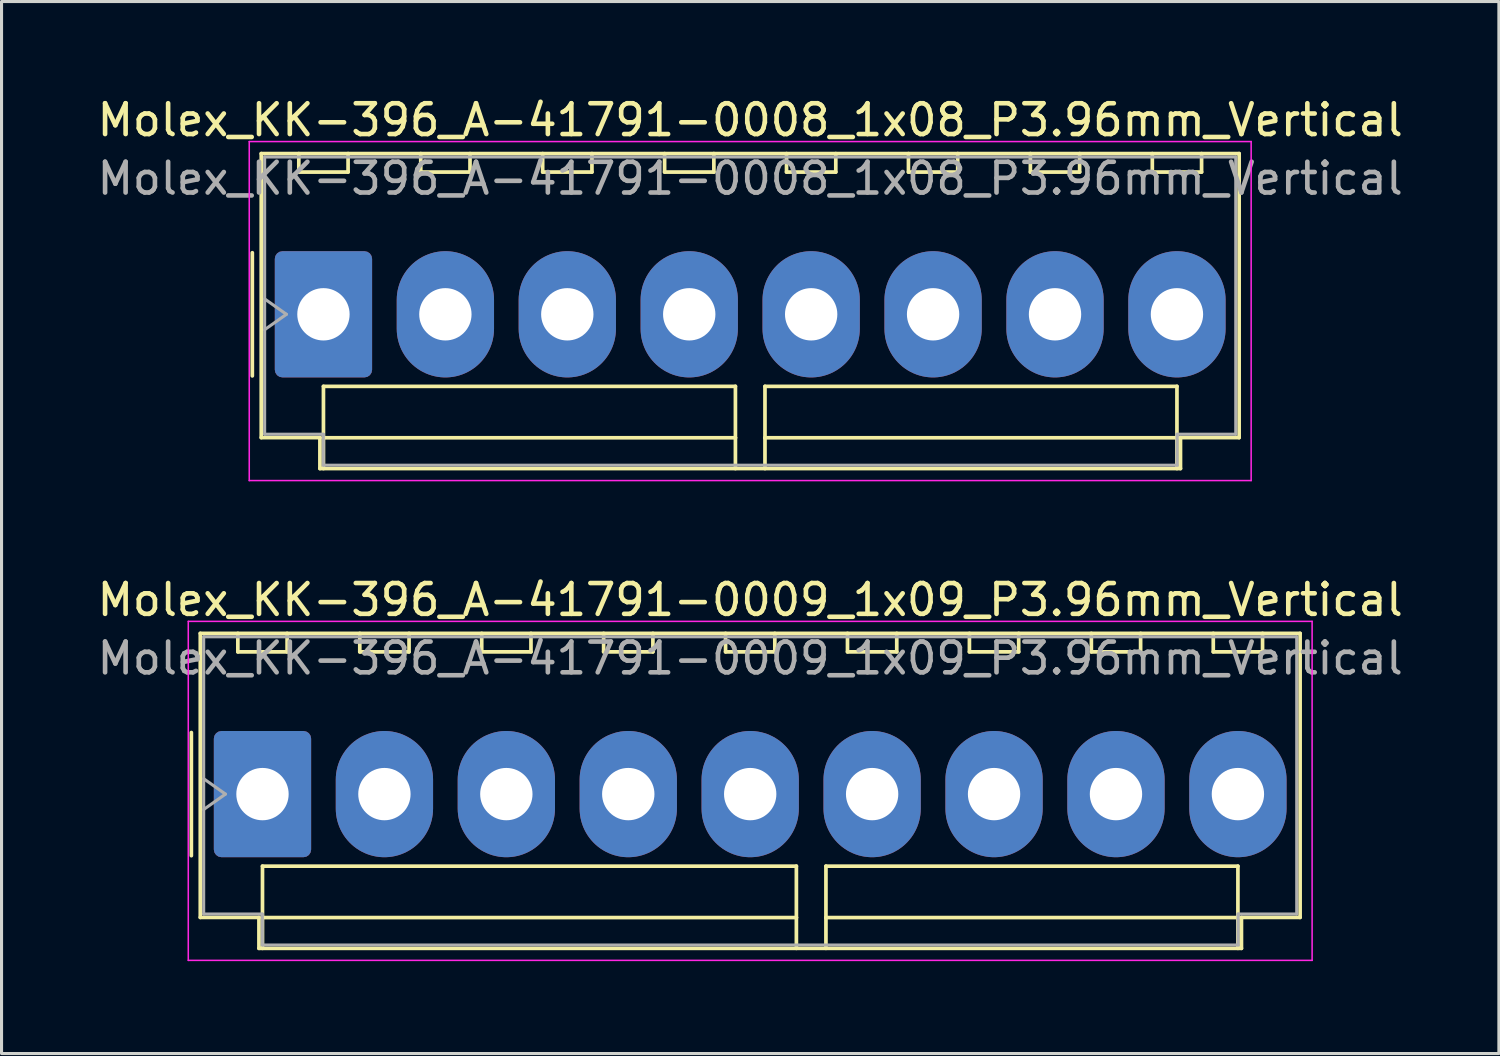
<source format=kicad_pcb>
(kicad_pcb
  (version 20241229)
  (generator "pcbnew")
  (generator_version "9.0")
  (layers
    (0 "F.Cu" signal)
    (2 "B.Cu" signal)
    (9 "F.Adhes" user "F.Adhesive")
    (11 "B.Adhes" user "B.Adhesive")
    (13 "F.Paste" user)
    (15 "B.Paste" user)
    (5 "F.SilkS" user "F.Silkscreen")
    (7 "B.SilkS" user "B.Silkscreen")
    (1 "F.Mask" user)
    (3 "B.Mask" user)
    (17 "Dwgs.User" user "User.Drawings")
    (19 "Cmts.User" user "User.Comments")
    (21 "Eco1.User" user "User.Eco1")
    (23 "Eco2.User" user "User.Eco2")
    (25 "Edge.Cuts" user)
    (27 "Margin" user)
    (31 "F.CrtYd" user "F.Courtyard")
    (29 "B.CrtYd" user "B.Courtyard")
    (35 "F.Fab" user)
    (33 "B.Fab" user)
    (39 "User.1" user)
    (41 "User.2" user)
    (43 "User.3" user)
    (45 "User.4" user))
  (footprint "Molex_KK-396_A-41791-0009_1x09_P3.96mm_Vertical"
    (layer "F.Cu")
    (at 5.475 22.741)
    (property "Reference" "Molex_KK-396_A-41791-0009_1x09_P3.96mm_Vertical" (at 15.84 -6.31 0) (layer "F.SilkS") (effects (font (size 1 1) (thickness 0.15))))
    (attr through_hole)
    (fp_line (start -2.31 -2) (end -2.31 2) (stroke (width 0.12) (type solid)) (layer "F.SilkS"))
    (fp_line (start -2.02 -5.22) (end 33.7 -5.22) (stroke (width 0.12) (type solid)) (layer "F.SilkS"))
    (fp_line (start -2.02 4.005) (end -2.02 -5.22) (stroke (width 0.12) (type solid)) (layer "F.SilkS"))
    (fp_line (start -0.8 -5.22) (end -0.8 -4.62) (stroke (width 0.12) (type solid)) (layer "F.SilkS"))
    (fp_line (start -0.8 -4.62) (end 0.8 -4.62) (stroke (width 0.12) (type solid)) (layer "F.SilkS"))
    (fp_line (start -0.115 4.005) (end -2.02 4.005) (stroke (width 0.12) (type solid)) (layer "F.SilkS"))
    (fp_line (start -0.115 5.01) (end -0.115 4.005) (stroke (width 0.12) (type solid)) (layer "F.SilkS"))
    (fp_line (start 0 2.34) (end 17.34 2.34) (stroke (width 0.12) (type solid)) (layer "F.SilkS"))
    (fp_line (start 0 4.01) (end 0 2.34) (stroke (width 0.12) (type solid)) (layer "F.SilkS"))
    (fp_line (start 0 4.01) (end 17.34 4.01) (stroke (width 0.12) (type solid)) (layer "F.SilkS"))
    (fp_line (start 0 5.01) (end 0 4.01) (stroke (width 0.12) (type solid)) (layer "F.SilkS"))
    (fp_line (start 0.8 -4.62) (end 0.8 -5.22) (stroke (width 0.12) (type solid)) (layer "F.SilkS"))
    (fp_line (start 3.16 -5.22) (end 3.16 -4.62) (stroke (width 0.12) (type solid)) (layer "F.SilkS"))
    (fp_line (start 3.16 -4.62) (end 4.76 -4.62) (stroke (width 0.12) (type solid)) (layer "F.SilkS"))
    (fp_line (start 4.76 -4.62) (end 4.76 -5.22) (stroke (width 0.12) (type solid)) (layer "F.SilkS"))
    (fp_line (start 7.12 -5.22) (end 7.12 -4.62) (stroke (width 0.12) (type solid)) (layer "F.SilkS"))
    (fp_line (start 7.12 -4.62) (end 8.72 -4.62) (stroke (width 0.12) (type solid)) (layer "F.SilkS"))
    (fp_line (start 8.72 -4.62) (end 8.72 -5.22) (stroke (width 0.12) (type solid)) (layer "F.SilkS"))
    (fp_line (start 11.08 -5.22) (end 11.08 -4.62) (stroke (width 0.12) (type solid)) (layer "F.SilkS"))
    (fp_line (start 11.08 -4.62) (end 12.68 -4.62) (stroke (width 0.12) (type solid)) (layer "F.SilkS"))
    (fp_line (start 12.68 -4.62) (end 12.68 -5.22) (stroke (width 0.12) (type solid)) (layer "F.SilkS"))
    (fp_line (start 15.04 -5.22) (end 15.04 -4.62) (stroke (width 0.12) (type solid)) (layer "F.SilkS"))
    (fp_line (start 15.04 -4.62) (end 16.64 -4.62) (stroke (width 0.12) (type solid)) (layer "F.SilkS"))
    (fp_line (start 16.64 -4.62) (end 16.64 -5.22) (stroke (width 0.12) (type solid)) (layer "F.SilkS"))
    (fp_line (start 17.34 2.34) (end 17.34 4.01) (stroke (width 0.12) (type solid)) (layer "F.SilkS"))
    (fp_line (start 17.34 4.01) (end 17.34 5.01) (stroke (width 0.12) (type solid)) (layer "F.SilkS"))
    (fp_line (start 18.3 2.34) (end 31.68 2.34) (stroke (width 0.12) (type solid)) (layer "F.SilkS"))
    (fp_line (start 18.3 4.01) (end 18.3 2.34) (stroke (width 0.12) (type solid)) (layer "F.SilkS"))
    (fp_line (start 18.3 4.01) (end 31.68 4.01) (stroke (width 0.12) (type solid)) (layer "F.SilkS"))
    (fp_line (start 18.3 5.01) (end 18.3 4.01) (stroke (width 0.12) (type solid)) (layer "F.SilkS"))
    (fp_line (start 19 -5.22) (end 19 -4.62) (stroke (width 0.12) (type solid)) (layer "F.SilkS"))
    (fp_line (start 19 -4.62) (end 20.6 -4.62) (stroke (width 0.12) (type solid)) (layer "F.SilkS"))
    (fp_line (start 20.6 -4.62) (end 20.6 -5.22) (stroke (width 0.12) (type solid)) (layer "F.SilkS"))
    (fp_line (start 22.96 -5.22) (end 22.96 -4.62) (stroke (width 0.12) (type solid)) (layer "F.SilkS"))
    (fp_line (start 22.96 -4.62) (end 24.56 -4.62) (stroke (width 0.12) (type solid)) (layer "F.SilkS"))
    (fp_line (start 24.56 -4.62) (end 24.56 -5.22) (stroke (width 0.12) (type solid)) (layer "F.SilkS"))
    (fp_line (start 26.92 -5.22) (end 26.92 -4.62) (stroke (width 0.12) (type solid)) (layer "F.SilkS"))
    (fp_line (start 26.92 -4.62) (end 28.52 -4.62) (stroke (width 0.12) (type solid)) (layer "F.SilkS"))
    (fp_line (start 28.52 -4.62) (end 28.52 -5.22) (stroke (width 0.12) (type solid)) (layer "F.SilkS"))
    (fp_line (start 30.88 -5.22) (end 30.88 -4.62) (stroke (width 0.12) (type solid)) (layer "F.SilkS"))
    (fp_line (start 30.88 -4.62) (end 32.48 -4.62) (stroke (width 0.12) (type solid)) (layer "F.SilkS"))
    (fp_line (start 31.68 2.34) (end 31.68 4.01) (stroke (width 0.12) (type solid)) (layer "F.SilkS"))
    (fp_line (start 31.68 4.01) (end 31.68 5.01) (stroke (width 0.12) (type solid)) (layer "F.SilkS"))
    (fp_line (start 31.795 4.005) (end 31.795 5.01) (stroke (width 0.12) (type solid)) (layer "F.SilkS"))
    (fp_line (start 31.795 5.01) (end -0.115 5.01) (stroke (width 0.12) (type solid)) (layer "F.SilkS"))
    (fp_line (start 32.48 -4.62) (end 32.48 -5.22) (stroke (width 0.12) (type solid)) (layer "F.SilkS"))
    (fp_line (start 33.7 -5.22) (end 33.7 4.005) (stroke (width 0.12) (type solid)) (layer "F.SilkS"))
    (fp_line (start 33.7 4.005) (end 31.795 4.005) (stroke (width 0.12) (type solid)) (layer "F.SilkS"))
    (fp_line (start -2.41 -5.61) (end -2.41 5.4) (stroke (width 0.05) (type solid)) (layer "F.CrtYd"))
    (fp_line (start -2.41 5.4) (end 34.09 5.4) (stroke (width 0.05) (type solid)) (layer "F.CrtYd"))
    (fp_line (start 34.09 -5.61) (end -2.41 -5.61) (stroke (width 0.05) (type solid)) (layer "F.CrtYd"))
    (fp_line (start 34.09 5.4) (end 34.09 -5.61) (stroke (width 0.05) (type solid)) (layer "F.CrtYd"))
    (fp_line (start -1.91 -5.11) (end 33.59 -5.11) (stroke (width 0.1) (type solid)) (layer "F.Fab"))
    (fp_line (start -1.91 -0.5) (end -1.203 0) (stroke (width 0.1) (type solid)) (layer "F.Fab"))
    (fp_line (start -1.91 3.895) (end -1.91 -5.11) (stroke (width 0.1) (type solid)) (layer "F.Fab"))
    (fp_line (start -1.203 0) (end -1.91 0.5) (stroke (width 0.1) (type solid)) (layer "F.Fab"))
    (fp_line (start -0.005 3.895) (end -1.91 3.895) (stroke (width 0.1) (type solid)) (layer "F.Fab"))
    (fp_line (start -0.005 4.9) (end -0.005 3.895) (stroke (width 0.1) (type solid)) (layer "F.Fab"))
    (fp_line (start 31.685 3.895) (end 31.685 4.9) (stroke (width 0.1) (type solid)) (layer "F.Fab"))
    (fp_line (start 31.685 4.9) (end -0.005 4.9) (stroke (width 0.1) (type solid)) (layer "F.Fab"))
    (fp_line (start 33.59 -5.11) (end 33.59 3.895) (stroke (width 0.1) (type solid)) (layer "F.Fab"))
    (fp_line (start 33.59 3.895) (end 31.685 3.895) (stroke (width 0.1) (type solid)) (layer "F.Fab"))
    (fp_text user "${REFERENCE}" (at 15.84 -4.41 0) (layer "F.Fab") (effects (font (size 1 1) (thickness 0.15))))
    (pad "1" thru_hole roundrect (at 0 0) (size 3.16 4.1) (drill 1.7) (layers "*.Cu" "*.Mask") (roundrect_rratio 0.079))
    (pad "2" thru_hole oval (at 3.96 0) (size 3.16 4.1) (drill 1.7) (layers "*.Cu" "*.Mask"))
    (pad "3" thru_hole oval (at 7.92 0) (size 3.16 4.1) (drill 1.7) (layers "*.Cu" "*.Mask"))
    (pad "4" thru_hole oval (at 11.88 0) (size 3.16 4.1) (drill 1.7) (layers "*.Cu" "*.Mask"))
    (pad "5" thru_hole oval (at 15.84 0) (size 3.16 4.1) (drill 1.7) (layers "*.Cu" "*.Mask"))
    (pad "6" thru_hole oval (at 19.8 0) (size 3.16 4.1) (drill 1.7) (layers "*.Cu" "*.Mask"))
    (pad "7" thru_hole oval (at 23.76 0) (size 3.16 4.1) (drill 1.7) (layers "*.Cu" "*.Mask"))
    (pad "8" thru_hole oval (at 27.72 0) (size 3.16 4.1) (drill 1.7) (layers "*.Cu" "*.Mask"))
    (pad "9" thru_hole oval (at 31.68 0) (size 3.16 4.1) (drill 1.7) (layers "*.Cu" "*.Mask")))
  (footprint "Molex_KK-396_A-41791-0008_1x08_P3.96mm_Vertical"
    (layer "F.Cu")
    (at 7.455 7.158)
    (property "Reference" "Molex_KK-396_A-41791-0008_1x08_P3.96mm_Vertical" (at 13.86 -6.31 0) (layer "F.SilkS") (effects (font (size 1 1) (thickness 0.15))))
    (attr through_hole)
    (fp_line (start -2.31 -2) (end -2.31 2) (stroke (width 0.12) (type solid)) (layer "F.SilkS"))
    (fp_line (start -2.02 -5.22) (end 29.74 -5.22) (stroke (width 0.12) (type solid)) (layer "F.SilkS"))
    (fp_line (start -2.02 4.005) (end -2.02 -5.22) (stroke (width 0.12) (type solid)) (layer "F.SilkS"))
    (fp_line (start -0.8 -5.22) (end -0.8 -4.62) (stroke (width 0.12) (type solid)) (layer "F.SilkS"))
    (fp_line (start -0.8 -4.62) (end 0.8 -4.62) (stroke (width 0.12) (type solid)) (layer "F.SilkS"))
    (fp_line (start -0.115 4.005) (end -2.02 4.005) (stroke (width 0.12) (type solid)) (layer "F.SilkS"))
    (fp_line (start -0.115 5.01) (end -0.115 4.005) (stroke (width 0.12) (type solid)) (layer "F.SilkS"))
    (fp_line (start 0 2.34) (end 13.38 2.34) (stroke (width 0.12) (type solid)) (layer "F.SilkS"))
    (fp_line (start 0 4.01) (end 0 2.34) (stroke (width 0.12) (type solid)) (layer "F.SilkS"))
    (fp_line (start 0 4.01) (end 13.38 4.01) (stroke (width 0.12) (type solid)) (layer "F.SilkS"))
    (fp_line (start 0 5.01) (end 0 4.01) (stroke (width 0.12) (type solid)) (layer "F.SilkS"))
    (fp_line (start 0.8 -4.62) (end 0.8 -5.22) (stroke (width 0.12) (type solid)) (layer "F.SilkS"))
    (fp_line (start 3.16 -5.22) (end 3.16 -4.62) (stroke (width 0.12) (type solid)) (layer "F.SilkS"))
    (fp_line (start 3.16 -4.62) (end 4.76 -4.62) (stroke (width 0.12) (type solid)) (layer "F.SilkS"))
    (fp_line (start 4.76 -4.62) (end 4.76 -5.22) (stroke (width 0.12) (type solid)) (layer "F.SilkS"))
    (fp_line (start 7.12 -5.22) (end 7.12 -4.62) (stroke (width 0.12) (type solid)) (layer "F.SilkS"))
    (fp_line (start 7.12 -4.62) (end 8.72 -4.62) (stroke (width 0.12) (type solid)) (layer "F.SilkS"))
    (fp_line (start 8.72 -4.62) (end 8.72 -5.22) (stroke (width 0.12) (type solid)) (layer "F.SilkS"))
    (fp_line (start 11.08 -5.22) (end 11.08 -4.62) (stroke (width 0.12) (type solid)) (layer "F.SilkS"))
    (fp_line (start 11.08 -4.62) (end 12.68 -4.62) (stroke (width 0.12) (type solid)) (layer "F.SilkS"))
    (fp_line (start 12.68 -4.62) (end 12.68 -5.22) (stroke (width 0.12) (type solid)) (layer "F.SilkS"))
    (fp_line (start 13.38 2.34) (end 13.38 4.01) (stroke (width 0.12) (type solid)) (layer "F.SilkS"))
    (fp_line (start 13.38 4.01) (end 13.38 5.01) (stroke (width 0.12) (type solid)) (layer "F.SilkS"))
    (fp_line (start 14.34 2.34) (end 27.72 2.34) (stroke (width 0.12) (type solid)) (layer "F.SilkS"))
    (fp_line (start 14.34 4.01) (end 14.34 2.34) (stroke (width 0.12) (type solid)) (layer "F.SilkS"))
    (fp_line (start 14.34 4.01) (end 27.72 4.01) (stroke (width 0.12) (type solid)) (layer "F.SilkS"))
    (fp_line (start 14.34 5.01) (end 14.34 4.01) (stroke (width 0.12) (type solid)) (layer "F.SilkS"))
    (fp_line (start 15.04 -5.22) (end 15.04 -4.62) (stroke (width 0.12) (type solid)) (layer "F.SilkS"))
    (fp_line (start 15.04 -4.62) (end 16.64 -4.62) (stroke (width 0.12) (type solid)) (layer "F.SilkS"))
    (fp_line (start 16.64 -4.62) (end 16.64 -5.22) (stroke (width 0.12) (type solid)) (layer "F.SilkS"))
    (fp_line (start 19 -5.22) (end 19 -4.62) (stroke (width 0.12) (type solid)) (layer "F.SilkS"))
    (fp_line (start 19 -4.62) (end 20.6 -4.62) (stroke (width 0.12) (type solid)) (layer "F.SilkS"))
    (fp_line (start 20.6 -4.62) (end 20.6 -5.22) (stroke (width 0.12) (type solid)) (layer "F.SilkS"))
    (fp_line (start 22.96 -5.22) (end 22.96 -4.62) (stroke (width 0.12) (type solid)) (layer "F.SilkS"))
    (fp_line (start 22.96 -4.62) (end 24.56 -4.62) (stroke (width 0.12) (type solid)) (layer "F.SilkS"))
    (fp_line (start 24.56 -4.62) (end 24.56 -5.22) (stroke (width 0.12) (type solid)) (layer "F.SilkS"))
    (fp_line (start 26.92 -5.22) (end 26.92 -4.62) (stroke (width 0.12) (type solid)) (layer "F.SilkS"))
    (fp_line (start 26.92 -4.62) (end 28.52 -4.62) (stroke (width 0.12) (type solid)) (layer "F.SilkS"))
    (fp_line (start 27.72 2.34) (end 27.72 4.01) (stroke (width 0.12) (type solid)) (layer "F.SilkS"))
    (fp_line (start 27.72 4.01) (end 27.72 5.01) (stroke (width 0.12) (type solid)) (layer "F.SilkS"))
    (fp_line (start 27.835 4.005) (end 27.835 5.01) (stroke (width 0.12) (type solid)) (layer "F.SilkS"))
    (fp_line (start 27.835 5.01) (end -0.115 5.01) (stroke (width 0.12) (type solid)) (layer "F.SilkS"))
    (fp_line (start 28.52 -4.62) (end 28.52 -5.22) (stroke (width 0.12) (type solid)) (layer "F.SilkS"))
    (fp_line (start 29.74 -5.22) (end 29.74 4.005) (stroke (width 0.12) (type solid)) (layer "F.SilkS"))
    (fp_line (start 29.74 4.005) (end 27.835 4.005) (stroke (width 0.12) (type solid)) (layer "F.SilkS"))
    (fp_line (start -2.41 -5.61) (end -2.41 5.4) (stroke (width 0.05) (type solid)) (layer "F.CrtYd"))
    (fp_line (start -2.41 5.4) (end 30.13 5.4) (stroke (width 0.05) (type solid)) (layer "F.CrtYd"))
    (fp_line (start 30.13 -5.61) (end -2.41 -5.61) (stroke (width 0.05) (type solid)) (layer "F.CrtYd"))
    (fp_line (start 30.13 5.4) (end 30.13 -5.61) (stroke (width 0.05) (type solid)) (layer "F.CrtYd"))
    (fp_line (start -1.91 -5.11) (end 29.63 -5.11) (stroke (width 0.1) (type solid)) (layer "F.Fab"))
    (fp_line (start -1.91 -0.5) (end -1.203 0) (stroke (width 0.1) (type solid)) (layer "F.Fab"))
    (fp_line (start -1.91 3.895) (end -1.91 -5.11) (stroke (width 0.1) (type solid)) (layer "F.Fab"))
    (fp_line (start -1.203 0) (end -1.91 0.5) (stroke (width 0.1) (type solid)) (layer "F.Fab"))
    (fp_line (start -0.005 3.895) (end -1.91 3.895) (stroke (width 0.1) (type solid)) (layer "F.Fab"))
    (fp_line (start -0.005 4.9) (end -0.005 3.895) (stroke (width 0.1) (type solid)) (layer "F.Fab"))
    (fp_line (start 27.725 3.895) (end 27.725 4.9) (stroke (width 0.1) (type solid)) (layer "F.Fab"))
    (fp_line (start 27.725 4.9) (end -0.005 4.9) (stroke (width 0.1) (type solid)) (layer "F.Fab"))
    (fp_line (start 29.63 -5.11) (end 29.63 3.895) (stroke (width 0.1) (type solid)) (layer "F.Fab"))
    (fp_line (start 29.63 3.895) (end 27.725 3.895) (stroke (width 0.1) (type solid)) (layer "F.Fab"))
    (fp_text user "${REFERENCE}" (at 13.86 -4.41 0) (layer "F.Fab") (effects (font (size 1 1) (thickness 0.15))))
    (pad "1" thru_hole roundrect (at 0 0) (size 3.16 4.1) (drill 1.7) (layers "*.Cu" "*.Mask") (roundrect_rratio 0.079))
    (pad "2" thru_hole oval (at 3.96 0) (size 3.16 4.1) (drill 1.7) (layers "*.Cu" "*.Mask"))
    (pad "3" thru_hole oval (at 7.92 0) (size 3.16 4.1) (drill 1.7) (layers "*.Cu" "*.Mask"))
    (pad "4" thru_hole oval (at 11.88 0) (size 3.16 4.1) (drill 1.7) (layers "*.Cu" "*.Mask"))
    (pad "5" thru_hole oval (at 15.84 0) (size 3.16 4.1) (drill 1.7) (layers "*.Cu" "*.Mask"))
    (pad "6" thru_hole oval (at 19.8 0) (size 3.16 4.1) (drill 1.7) (layers "*.Cu" "*.Mask"))
    (pad "7" thru_hole oval (at 23.76 0) (size 3.16 4.1) (drill 1.7) (layers "*.Cu" "*.Mask"))
    (pad "8" thru_hole oval (at 27.72 0) (size 3.16 4.1) (drill 1.7) (layers "*.Cu" "*.Mask")))
  (gr_rect
    (start -3 -3)
    (end 45.631 31.166)
    (stroke (width 0.1) (type default))
    (fill no)
    (layer "Edge.Cuts")))
</source>
